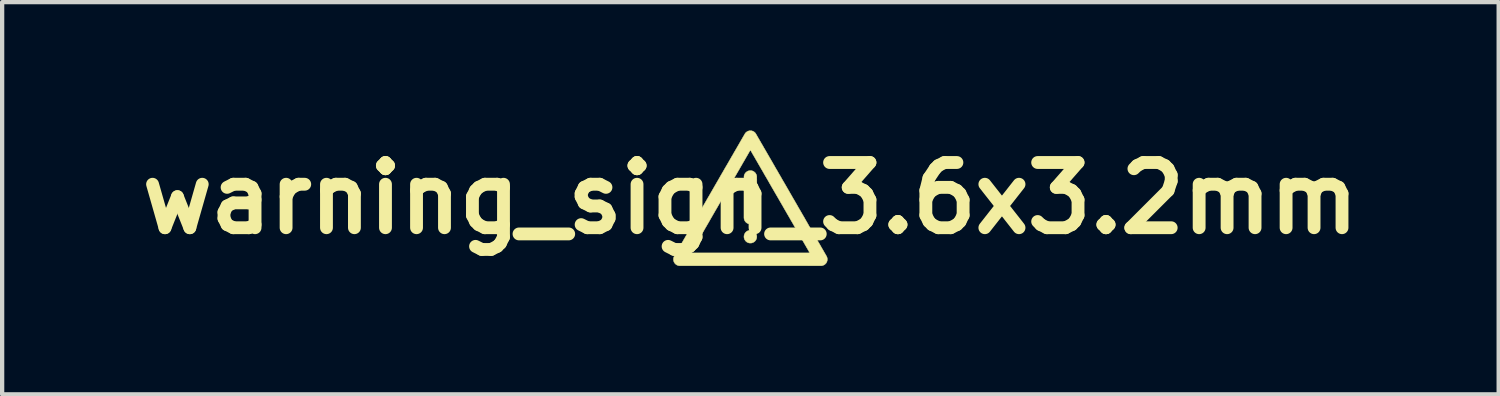
<source format=kicad_pcb>
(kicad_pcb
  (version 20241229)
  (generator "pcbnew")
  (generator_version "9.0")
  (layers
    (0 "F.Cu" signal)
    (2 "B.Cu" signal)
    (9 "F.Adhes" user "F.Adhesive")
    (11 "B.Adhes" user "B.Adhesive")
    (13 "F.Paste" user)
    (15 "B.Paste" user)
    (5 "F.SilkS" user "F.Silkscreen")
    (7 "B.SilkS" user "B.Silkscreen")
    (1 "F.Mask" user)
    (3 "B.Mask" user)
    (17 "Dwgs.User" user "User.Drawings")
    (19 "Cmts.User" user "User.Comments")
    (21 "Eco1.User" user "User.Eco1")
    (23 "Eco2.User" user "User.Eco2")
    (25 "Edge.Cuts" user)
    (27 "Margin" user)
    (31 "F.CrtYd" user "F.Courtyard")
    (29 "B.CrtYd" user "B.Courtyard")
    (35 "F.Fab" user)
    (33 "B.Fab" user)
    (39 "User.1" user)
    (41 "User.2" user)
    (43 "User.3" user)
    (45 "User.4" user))
  (footprint "warning_sign_3.6x3.2mm"
    (layer "F.Cu")
    (at 14.485 1.582)
    (property "Reference" "warning_sign_3.6x3.2mm" (at 0 0 0) (layer "F.SilkS") (effects (font (size 1.524 1.524) (thickness 0.3))))
    (attr through_hole)
    (fp_poly (pts (xy 0.013 0.75) (xy 0.022 0.751) (xy 0.028 0.752) (xy 0.045 0.756) (xy 0.061 0.762) (xy 0.076 0.77) (xy 0.084 0.775) (xy 0.09 0.779) (xy 0.096 0.784) (xy 0.103 0.791) (xy 0.109 0.797) (xy 0.115 0.804) (xy 0.121 0.81) (xy 0.124 0.815) (xy 0.133 0.83) (xy 0.14 0.846) (xy 0.145 0.863) (xy 0.149 0.88) (xy 0.15 0.897) (xy 0.149 0.914) (xy 0.146 0.932) (xy 0.145 0.936) (xy 0.14 0.952) (xy 0.133 0.968) (xy 0.125 0.982) (xy 0.115 0.995) (xy 0.104 1.007) (xy 0.091 1.018) (xy 0.077 1.027) (xy 0.063 1.035) (xy 0.047 1.041) (xy 0.031 1.046) (xy 0.021 1.047) (xy 0.016 1.048) (xy 0.01 1.048) (xy 0.003 1.048) (xy -0.005 1.048) (xy -0.012 1.048) (xy -0.018 1.048) (xy -0.022 1.047) (xy -0.038 1.044) (xy -0.053 1.039) (xy -0.068 1.032) (xy -0.083 1.024) (xy -0.096 1.014) (xy -0.108 1.003) (xy -0.116 0.993) (xy -0.126 0.979) (xy -0.135 0.964) (xy -0.141 0.949) (xy -0.146 0.932) (xy -0.149 0.916) (xy -0.15 0.899) (xy -0.149 0.882) (xy -0.146 0.865) (xy -0.142 0.851) (xy -0.14 0.846) (xy -0.137 0.838) (xy -0.133 0.831) (xy -0.129 0.823) (xy -0.125 0.817) (xy -0.121 0.811) (xy -0.121 0.81) (xy -0.115 0.803) (xy -0.109 0.796) (xy -0.102 0.789) (xy -0.094 0.783) (xy -0.088 0.777) (xy -0.086 0.776) (xy -0.073 0.768) (xy -0.059 0.761) (xy -0.044 0.756) (xy -0.029 0.752) (xy -0.026 0.751) (xy -0.018 0.75) (xy -0.008 0.749) (xy 0.002 0.749) (xy 0.013 0.75)) (stroke (width 0.01) (type solid)) (fill yes) (layer "F.SilkS"))
    (fp_poly (pts (xy 0.018 -0.645) (xy 0.035 -0.642) (xy 0.051 -0.637) (xy 0.067 -0.63) (xy 0.081 -0.622) (xy 0.095 -0.611) (xy 0.108 -0.599) (xy 0.109 -0.599) (xy 0.12 -0.586) (xy 0.129 -0.571) (xy 0.137 -0.556) (xy 0.143 -0.539) (xy 0.148 -0.521) (xy 0.148 -0.52) (xy 0.148 -0.52) (xy 0.148 -0.518) (xy 0.149 -0.517) (xy 0.149 -0.515) (xy 0.149 -0.513) (xy 0.149 -0.511) (xy 0.149 -0.507) (xy 0.149 -0.504) (xy 0.149 -0.5) (xy 0.149 -0.495) (xy 0.149 -0.489) (xy 0.149 -0.483) (xy 0.149 -0.476) (xy 0.149 -0.468) (xy 0.149 -0.459) (xy 0.15 -0.449) (xy 0.15 -0.438) (xy 0.15 -0.426) (xy 0.15 -0.412) (xy 0.15 -0.398) (xy 0.15 -0.382) (xy 0.15 -0.365) (xy 0.15 -0.347) (xy 0.15 -0.327) (xy 0.15 -0.306) (xy 0.15 -0.283) (xy 0.15 -0.259) (xy 0.15 -0.233) (xy 0.15 -0.205) (xy 0.15 -0.176) (xy 0.15 -0.144) (xy 0.15 -0.111) (xy 0.15 -0.076) (xy 0.15 -0.039) (xy 0.15 -0.03) (xy 0.15 0.012) (xy 0.15 0.053) (xy 0.15 0.091) (xy 0.15 0.127) (xy 0.15 0.161) (xy 0.15 0.194) (xy 0.15 0.224) (xy 0.15 0.253) (xy 0.15 0.279) (xy 0.15 0.304) (xy 0.15 0.327) (xy 0.15 0.348) (xy 0.15 0.368) (xy 0.15 0.385) (xy 0.15 0.401) (xy 0.15 0.415) (xy 0.15 0.427) (xy 0.15 0.437) (xy 0.15 0.446) (xy 0.15 0.453) (xy 0.15 0.459) (xy 0.149 0.462) (xy 0.149 0.465) (xy 0.149 0.465) (xy 0.148 0.476) (xy 0.147 0.485) (xy 0.144 0.494) (xy 0.142 0.501) (xy 0.136 0.517) (xy 0.128 0.532) (xy 0.118 0.546) (xy 0.107 0.559) (xy 0.095 0.57) (xy 0.081 0.58) (xy 0.066 0.588) (xy 0.051 0.595) (xy 0.034 0.6) (xy 0.031 0.601) (xy 0.024 0.602) (xy 0.016 0.603) (xy 0.007 0.603) (xy -0.003 0.603) (xy -0.011 0.603) (xy -0.019 0.602) (xy -0.023 0.602) (xy -0.04 0.598) (xy -0.056 0.593) (xy -0.071 0.585) (xy -0.086 0.577) (xy -0.099 0.566) (xy -0.111 0.555) (xy -0.121 0.542) (xy -0.13 0.528) (xy -0.138 0.512) (xy -0.142 0.501) (xy -0.145 0.492) (xy -0.147 0.483) (xy -0.148 0.473) (xy -0.149 0.465) (xy -0.149 0.463) (xy -0.15 0.459) (xy -0.15 0.454) (xy -0.15 0.447) (xy -0.15 0.439) (xy -0.15 0.428) (xy -0.15 0.417) (xy -0.15 0.403) (xy -0.15 0.387) (xy -0.15 0.37) (xy -0.15 0.351) (xy -0.15 0.33) (xy -0.15 0.308) (xy -0.15 0.283) (xy -0.15 0.257) (xy -0.15 0.228) (xy -0.15 0.198) (xy -0.15 0.166) (xy -0.15 0.132) (xy -0.15 0.096) (xy -0.15 0.058) (xy -0.15 0.018) (xy -0.15 -0.024) (xy -0.15 -0.03) (xy -0.15 -0.067) (xy -0.15 -0.103) (xy -0.15 -0.136) (xy -0.15 -0.168) (xy -0.15 -0.198) (xy -0.15 -0.226) (xy -0.15 -0.253) (xy -0.15 -0.277) (xy -0.15 -0.301) (xy -0.15 -0.322) (xy -0.15 -0.342) (xy -0.15 -0.361) (xy -0.15 -0.378) (xy -0.15 -0.394) (xy -0.15 -0.409) (xy -0.15 -0.423) (xy -0.15 -0.435) (xy -0.15 -0.446) (xy -0.149 -0.456) (xy -0.149 -0.466) (xy -0.149 -0.474) (xy -0.149 -0.481) (xy -0.149 -0.488) (xy -0.149 -0.494) (xy -0.149 -0.499) (xy -0.149 -0.503) (xy -0.149 -0.507) (xy -0.149 -0.51) (xy -0.149 -0.513) (xy -0.149 -0.515) (xy -0.149 -0.517) (xy -0.148 -0.518) (xy -0.148 -0.519) (xy -0.148 -0.52) (xy -0.148 -0.521) (xy -0.148 -0.521) (xy -0.144 -0.539) (xy -0.138 -0.555) (xy -0.13 -0.57) (xy -0.121 -0.583) (xy -0.111 -0.596) (xy -0.106 -0.602) (xy -0.092 -0.613) (xy -0.078 -0.624) (xy -0.064 -0.632) (xy -0.048 -0.638) (xy -0.032 -0.642) (xy -0.014 -0.645) (xy 0 -0.646) (xy 0.018 -0.645)) (stroke (width 0.01) (type solid)) (fill yes) (layer "F.SilkS"))
    (fp_poly (pts (xy 0.005 -1.577) (xy 0.014 -1.577) (xy 0.021 -1.576) (xy 0.027 -1.576) (xy 0.044 -1.571) (xy 0.061 -1.565) (xy 0.076 -1.557) (xy 0.091 -1.547) (xy 0.104 -1.536) (xy 0.116 -1.523) (xy 0.122 -1.515) (xy 0.122 -1.514) (xy 0.124 -1.511) (xy 0.127 -1.507) (xy 0.13 -1.501) (xy 0.135 -1.493) (xy 0.14 -1.484) (xy 0.147 -1.473) (xy 0.154 -1.46) (xy 0.162 -1.446) (xy 0.171 -1.431) (xy 0.18 -1.414) (xy 0.191 -1.396) (xy 0.202 -1.377) (xy 0.214 -1.356) (xy 0.227 -1.334) (xy 0.24 -1.311) (xy 0.254 -1.286) (xy 0.269 -1.261) (xy 0.285 -1.234) (xy 0.301 -1.206) (xy 0.317 -1.177) (xy 0.335 -1.148) (xy 0.352 -1.117) (xy 0.371 -1.085) (xy 0.39 -1.052) (xy 0.409 -1.019) (xy 0.429 -0.985) (xy 0.449 -0.949) (xy 0.47 -0.914) (xy 0.491 -0.877) (xy 0.513 -0.84) (xy 0.534 -0.802) (xy 0.557 -0.763) (xy 0.579 -0.724) (xy 0.602 -0.684) (xy 0.626 -0.644) (xy 0.649 -0.603) (xy 0.673 -0.562) (xy 0.697 -0.521) (xy 0.721 -0.479) (xy 0.745 -0.436) (xy 0.77 -0.394) (xy 0.795 -0.351) (xy 0.82 -0.308) (xy 0.845 -0.265) (xy 0.87 -0.221) (xy 0.895 -0.178) (xy 0.92 -0.134) (xy 0.945 -0.091) (xy 0.97 -0.047) (xy 0.995 -0.003) (xy 1.021 0.04) (xy 1.046 0.084) (xy 1.071 0.127) (xy 1.096 0.17) (xy 1.12 0.213) (xy 1.145 0.256) (xy 1.17 0.298) (xy 1.194 0.34) (xy 1.218 0.382) (xy 1.242 0.423) (xy 1.266 0.464) (xy 1.289 0.505) (xy 1.312 0.545) (xy 1.335 0.585) (xy 1.357 0.624) (xy 1.379 0.662) (xy 1.401 0.7) (xy 1.423 0.737) (xy 1.444 0.773) (xy 1.464 0.809) (xy 1.484 0.844) (xy 1.504 0.878) (xy 1.523 0.911) (xy 1.542 0.943) (xy 1.56 0.975) (xy 1.577 1.005) (xy 1.594 1.035) (xy 1.611 1.063) (xy 1.627 1.09) (xy 1.642 1.117) (xy 1.656 1.142) (xy 1.67 1.166) (xy 1.683 1.189) (xy 1.696 1.21) (xy 1.707 1.23) (xy 1.718 1.249) (xy 1.728 1.267) (xy 1.738 1.283) (xy 1.746 1.298) (xy 1.754 1.311) (xy 1.761 1.323) (xy 1.767 1.334) (xy 1.772 1.343) (xy 1.776 1.35) (xy 1.779 1.355) (xy 1.781 1.359) (xy 1.783 1.361) (xy 1.783 1.362) (xy 1.789 1.377) (xy 1.794 1.393) (xy 1.797 1.41) (xy 1.798 1.426) (xy 1.797 1.443) (xy 1.795 1.459) (xy 1.79 1.476) (xy 1.784 1.491) (xy 1.776 1.506) (xy 1.769 1.518) (xy 1.763 1.524) (xy 1.757 1.531) (xy 1.749 1.538) (xy 1.742 1.545) (xy 1.735 1.55) (xy 1.733 1.552) (xy 1.719 1.56) (xy 1.705 1.566) (xy 1.69 1.572) (xy 1.678 1.575) (xy 1.668 1.577) (xy 0.004 1.578) (xy -0.06 1.578) (xy -0.123 1.578) (xy -0.185 1.578) (xy -0.246 1.578) (xy -0.307 1.578) (xy -0.366 1.578) (xy -0.425 1.578) (xy -0.482 1.578) (xy -0.539 1.578) (xy -0.594 1.578) (xy -0.649 1.578) (xy -0.702 1.578) (xy -0.754 1.577) (xy -0.805 1.577) (xy -0.855 1.577) (xy -0.904 1.577) (xy -0.951 1.577) (xy -0.997 1.577) (xy -1.042 1.577) (xy -1.086 1.577) (xy -1.128 1.577) (xy -1.169 1.577) (xy -1.208 1.577) (xy -1.246 1.577) (xy -1.283 1.577) (xy -1.318 1.577) (xy -1.351 1.577) (xy -1.383 1.577) (xy -1.414 1.577) (xy -1.443 1.577) (xy -1.47 1.577) (xy -1.496 1.577) (xy -1.52 1.577) (xy -1.542 1.577) (xy -1.562 1.577) (xy -1.581 1.577) (xy -1.598 1.577) (xy -1.613 1.577) (xy -1.627 1.577) (xy -1.638 1.577) (xy -1.648 1.577) (xy -1.655 1.577) (xy -1.661 1.577) (xy -1.665 1.577) (xy -1.667 1.577) (xy -1.667 1.577) (xy -1.684 1.574) (xy -1.7 1.568) (xy -1.716 1.562) (xy -1.731 1.553) (xy -1.745 1.542) (xy -1.754 1.534) (xy -1.766 1.521) (xy -1.775 1.507) (xy -1.784 1.493) (xy -1.79 1.477) (xy -1.793 1.466) (xy -1.797 1.448) (xy -1.798 1.431) (xy -1.798 1.414) (xy -1.795 1.397) (xy -1.791 1.381) (xy -1.785 1.365) (xy -1.783 1.362) (xy -1.782 1.361) (xy -1.78 1.358) (xy -1.778 1.353) (xy -1.774 1.346) (xy -1.769 1.338) (xy -1.764 1.329) (xy -1.758 1.318) (xy -1.75 1.305) (xy -1.742 1.291) (xy -1.734 1.276) (xy -1.387 1.276) (xy -1.387 1.276) (xy -1.387 1.277) (xy -1.387 1.277) (xy -1.386 1.277) (xy -1.386 1.277) (xy -1.385 1.277) (xy -1.383 1.277) (xy -1.382 1.277) (xy -1.379 1.277) (xy -1.377 1.277) (xy -1.374 1.277) (xy -1.371 1.277) (xy -1.367 1.277) (xy -1.363 1.277) (xy -1.358 1.277) (xy -1.352 1.277) (xy -1.346 1.277) (xy -1.34 1.278) (xy -1.332 1.278) (xy -1.324 1.278) (xy -1.315 1.278) (xy -1.306 1.278) (xy -1.295 1.278) (xy -1.284 1.278) (xy -1.272 1.278) (xy -1.259 1.278) (xy -1.245 1.278) (xy -1.23 1.278) (xy -1.214 1.278) (xy -1.197 1.278) (xy -1.179 1.278) (xy -1.16 1.278) (xy -1.14 1.278) (xy -1.119 1.278) (xy -1.096 1.278) (xy -1.072 1.278) (xy -1.047 1.278) (xy -1.021 1.278) (xy -0.994 1.278) (xy -0.965 1.278) (xy -0.934 1.278) (xy -0.903 1.278) (xy -0.87 1.278) (xy -0.835 1.278) (xy -0.799 1.278) (xy -0.761 1.278) (xy -0.722 1.278) (xy -0.681 1.278) (xy -0.639 1.278) (xy -0.595 1.278) (xy -0.549 1.278) (xy -0.502 1.278) (xy -0.453 1.278) (xy -0.402 1.278) (xy -0.349 1.278) (xy -0.294 1.278) (xy -0.237 1.278) (xy -0.179 1.278) (xy -0.119 1.278) (xy -0.056 1.278) (xy 0.064 1.278) (xy 0.126 1.278) (xy 0.186 1.278) (xy 0.245 1.278) (xy 0.301 1.278) (xy 0.355 1.278) (xy 0.408 1.278) (xy 0.459 1.278) (xy 0.508 1.278) (xy 0.555 1.278) (xy 0.6 1.278) (xy 0.644 1.278) (xy 0.687 1.278) (xy 0.727 1.278) (xy 0.766 1.278) (xy 0.804 1.278) (xy 0.839 1.278) (xy 0.874 1.278) (xy 0.907 1.278) (xy 0.938 1.278) (xy 0.968 1.278) (xy 0.997 1.278) (xy 1.025 1.278) (xy 1.051 1.278) (xy 1.075 1.278) (xy 1.099 1.278) (xy 1.121 1.278) (xy 1.143 1.278) (xy 1.163 1.278) (xy 1.182 1.278) (xy 1.199 1.278) (xy 1.216 1.278) (xy 1.232 1.278) (xy 1.247 1.278) (xy 1.261 1.278) (xy 1.274 1.278) (xy 1.286 1.278) (xy 1.297 1.278) (xy 1.307 1.278) (xy 1.317 1.278) (xy 1.325 1.278) (xy 1.333 1.278) (xy 1.341 1.278) (xy 1.347 1.277) (xy 1.353 1.277) (xy 1.359 1.277) (xy 1.363 1.277) (xy 1.368 1.277) (xy 1.371 1.277) (xy 1.375 1.277) (xy 1.377 1.277) (xy 1.38 1.277) (xy 1.382 1.277) (xy 1.383 1.277) (xy 1.385 1.277) (xy 1.386 1.277) (xy 1.386 1.277) (xy 1.387 1.277) (xy 1.387 1.277) (xy 1.387 1.276) (xy 1.387 1.276) (xy 1.387 1.275) (xy 1.385 1.273) (xy 1.383 1.268) (xy 1.379 1.262) (xy 1.375 1.255) (xy 1.37 1.246) (xy 1.364 1.235) (xy 1.357 1.223) (xy 1.349 1.209) (xy 1.34 1.194) (xy 1.331 1.177) (xy 1.32 1.16) (xy 1.309 1.141) (xy 1.298 1.12) (xy 1.285 1.099) (xy 1.272 1.076) (xy 1.258 1.052) (xy 1.244 1.027) (xy 1.229 1.002) (xy 1.214 0.975) (xy 1.197 0.947) (xy 1.181 0.918) (xy 1.163 0.888) (xy 1.146 0.857) (xy 1.128 0.826) (xy 1.109 0.793) (xy 1.09 0.76) (xy 1.07 0.727) (xy 1.051 0.692) (xy 1.03 0.657) (xy 1.01 0.622) (xy 0.989 0.585) (xy 0.968 0.549) (xy 0.946 0.512) (xy 0.925 0.474) (xy 0.903 0.436) (xy 0.881 0.398) (xy 0.858 0.359) (xy 0.836 0.32) (xy 0.813 0.281) (xy 0.79 0.241) (xy 0.768 0.202) (xy 0.745 0.162) (xy 0.722 0.122) (xy 0.699 0.083) (xy 0.676 0.043) (xy 0.653 0.003) (xy 0.63 -0.037) (xy 0.607 -0.076) (xy 0.584 -0.116) (xy 0.561 -0.155) (xy 0.539 -0.194) (xy 0.516 -0.233) (xy 0.494 -0.271) (xy 0.472 -0.31) (xy 0.45 -0.347) (xy 0.429 -0.385) (xy 0.408 -0.422) (xy 0.387 -0.458) (xy 0.366 -0.494) (xy 0.345 -0.529) (xy 0.325 -0.564) (xy 0.306 -0.598) (xy 0.287 -0.631) (xy 0.268 -0.664) (xy 0.249 -0.695) (xy 0.232 -0.726) (xy 0.214 -0.757) (xy 0.197 -0.786) (xy 0.181 -0.814) (xy 0.165 -0.842) (xy 0.15 -0.868) (xy 0.135 -0.893) (xy 0.121 -0.918) (xy 0.108 -0.941) (xy 0.095 -0.963) (xy 0.083 -0.983) (xy 0.072 -1.003) (xy 0.061 -1.021) (xy 0.051 -1.038) (xy 0.042 -1.054) (xy 0.034 -1.068) (xy 0.027 -1.081) (xy 0.02 -1.092) (xy 0.015 -1.102) (xy 0.01 -1.11) (xy 0.006 -1.117) (xy 0.003 -1.122) (xy 0.001 -1.125) (xy 0.00011 -1.127) (xy -0.000002 -1.127) (xy -0.001 -1.126) (xy -0.002 -1.123) (xy -0.005 -1.119) (xy -0.008 -1.113) (xy -0.012 -1.106) (xy -0.018 -1.097) (xy -0.024 -1.086) (xy -0.031 -1.074) (xy -0.039 -1.06) (xy -0.047 -1.045) (xy -0.057 -1.029) (xy -0.067 -1.011) (xy -0.078 -0.992) (xy -0.09 -0.972) (xy -0.102 -0.951) (xy -0.115 -0.928) (xy -0.129 -0.904) (xy -0.143 -0.879) (xy -0.158 -0.854) (xy -0.174 -0.827) (xy -0.19 -0.799) (xy -0.206 -0.77) (xy -0.224 -0.74) (xy -0.241 -0.71) (xy -0.259 -0.678) (xy -0.278 -0.646) (xy -0.297 -0.613) (xy -0.317 -0.579) (xy -0.336 -0.545) (xy -0.357 -0.51) (xy -0.377 -0.474) (xy -0.398 -0.438) (xy -0.419 -0.401) (xy -0.441 -0.364) (xy -0.462 -0.327) (xy -0.484 -0.289) (xy -0.506 -0.25) (xy -0.529 -0.212) (xy -0.551 -0.173) (xy -0.574 -0.134) (xy -0.597 -0.094) (xy -0.619 -0.055) (xy -0.642 -0.015) (xy -0.665 0.025) (xy -0.688 0.065) (xy -0.711 0.104) (xy -0.734 0.144) (xy -0.757 0.184) (xy -0.78 0.224) (xy -0.803 0.263) (xy -0.826 0.302) (xy -0.848 0.341) (xy -0.871 0.38) (xy -0.893 0.419) (xy -0.915 0.457) (xy -0.937 0.495) (xy -0.958 0.532) (xy -0.979 0.569) (xy -1 0.605) (xy -1.021 0.641) (xy -1.042 0.677) (xy -1.062 0.711) (xy -1.081 0.745) (xy -1.1 0.779) (xy -1.119 0.811) (xy -1.138 0.843) (xy -1.156 0.874) (xy -1.173 0.904) (xy -1.19 0.934) (xy -1.206 0.962) (xy -1.222 0.99) (xy -1.237 1.016) (xy -1.252 1.041) (xy -1.266 1.066) (xy -1.279 1.089) (xy -1.292 1.111) (xy -1.304 1.132) (xy -1.315 1.151) (xy -1.326 1.17) (xy -1.336 1.187) (xy -1.345 1.202) (xy -1.353 1.217) (xy -1.361 1.229) (xy -1.367 1.241) (xy -1.373 1.251) (xy -1.378 1.259) (xy -1.381 1.266) (xy -1.384 1.271) (xy -1.386 1.274) (xy -1.387 1.276) (xy -1.387 1.276) (xy -1.734 1.276) (xy -1.733 1.275) (xy -1.723 1.258) (xy -1.713 1.24) (xy -1.702 1.22) (xy -1.69 1.2) (xy -1.677 1.177) (xy -1.663 1.154) (xy -1.649 1.129) (xy -1.634 1.104) (xy -1.619 1.077) (xy -1.603 1.049) (xy -1.586 1.02) (xy -1.569 0.99) (xy -1.551 0.959) (xy -1.532 0.927) (xy -1.514 0.894) (xy -1.494 0.861) (xy -1.474 0.826) (xy -1.454 0.791) (xy -1.433 0.755) (xy -1.412 0.718) (xy -1.39 0.681) (xy -1.368 0.643) (xy -1.346 0.604) (xy -1.323 0.565) (xy -1.3 0.525) (xy -1.277 0.485) (xy -1.254 0.444) (xy -1.23 0.403) (xy -1.206 0.361) (xy -1.182 0.319) (xy -1.157 0.277) (xy -1.133 0.234) (xy -1.108 0.191) (xy -1.083 0.148) (xy -1.058 0.105) (xy -1.033 0.062) (xy -1.008 0.018) (xy -0.983 -0.025) (xy -0.957 -0.069) (xy -0.932 -0.113) (xy -0.907 -0.156) (xy -0.882 -0.2) (xy -0.857 -0.243) (xy -0.832 -0.287) (xy -0.807 -0.33) (xy -0.782 -0.373) (xy -0.757 -0.416) (xy -0.733 -0.458) (xy -0.709 -0.5) (xy -0.685 -0.542) (xy -0.661 -0.583) (xy -0.637 -0.624) (xy -0.614 -0.665) (xy -0.591 -0.705) (xy -0.568 -0.744) (xy -0.545 -0.783) (xy -0.523 -0.821) (xy -0.501 -0.859) (xy -0.48 -0.896) (xy -0.459 -0.932) (xy -0.439 -0.968) (xy -0.418 -1.002) (xy -0.399 -1.036) (xy -0.38 -1.07) (xy -0.361 -1.102) (xy -0.343 -1.133) (xy -0.325 -1.163) (xy -0.308 -1.193) (xy -0.292 -1.221) (xy -0.276 -1.248) (xy -0.261 -1.274) (xy -0.247 -1.299) (xy -0.233 -1.323) (xy -0.22 -1.346) (xy -0.208 -1.367) (xy -0.196 -1.387) (xy -0.185 -1.406) (xy -0.175 -1.424) (xy -0.166 -1.44) (xy -0.157 -1.454) (xy -0.149 -1.468) (xy -0.143 -1.479) (xy -0.137 -1.489) (xy -0.132 -1.498) (xy -0.128 -1.505) (xy -0.125 -1.51) (xy -0.122 -1.514) (xy -0.121 -1.516) (xy -0.121 -1.516) (xy -0.111 -1.529) (xy -0.099 -1.54) (xy -0.086 -1.55) (xy -0.072 -1.559) (xy -0.056 -1.567) (xy -0.04 -1.572) (xy -0.027 -1.576) (xy -0.02 -1.576) (xy -0.013 -1.577) (xy -0.004 -1.577) (xy 0.005 -1.577)) (stroke (width 0.01) (type solid)) (fill yes) (layer "F.SilkS")))
  (gr_rect
    (start -3 -3)
    (end 31.971 6.165)
    (stroke (width 0.1) (type default))
    (fill no)
    (layer "Edge.Cuts")))
</source>
